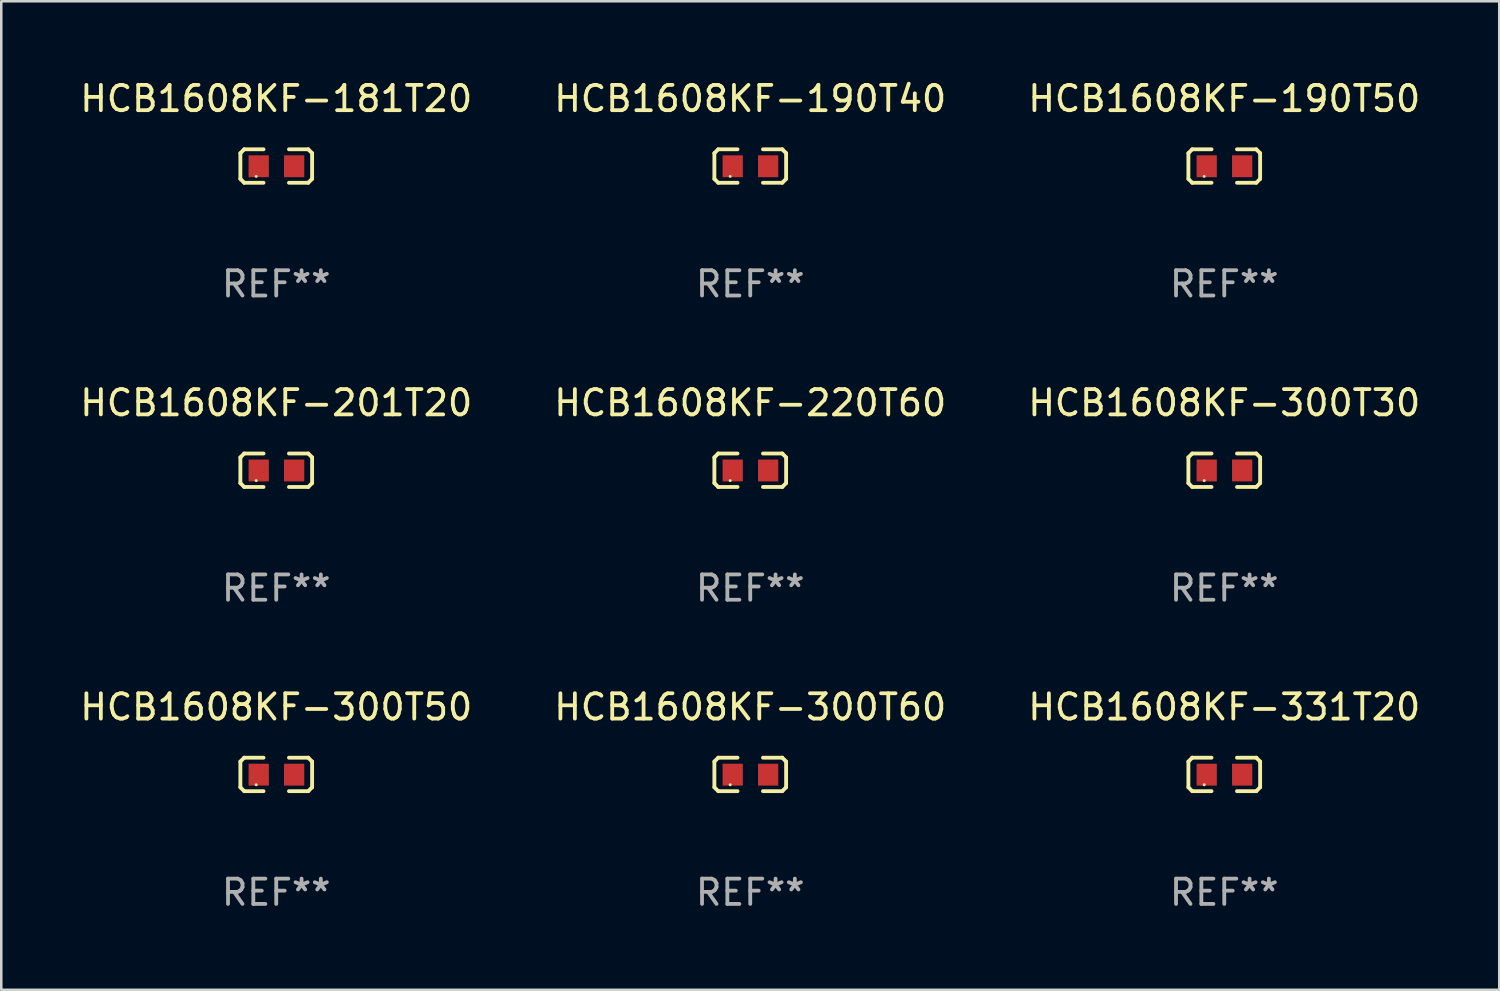
<source format=kicad_pcb>
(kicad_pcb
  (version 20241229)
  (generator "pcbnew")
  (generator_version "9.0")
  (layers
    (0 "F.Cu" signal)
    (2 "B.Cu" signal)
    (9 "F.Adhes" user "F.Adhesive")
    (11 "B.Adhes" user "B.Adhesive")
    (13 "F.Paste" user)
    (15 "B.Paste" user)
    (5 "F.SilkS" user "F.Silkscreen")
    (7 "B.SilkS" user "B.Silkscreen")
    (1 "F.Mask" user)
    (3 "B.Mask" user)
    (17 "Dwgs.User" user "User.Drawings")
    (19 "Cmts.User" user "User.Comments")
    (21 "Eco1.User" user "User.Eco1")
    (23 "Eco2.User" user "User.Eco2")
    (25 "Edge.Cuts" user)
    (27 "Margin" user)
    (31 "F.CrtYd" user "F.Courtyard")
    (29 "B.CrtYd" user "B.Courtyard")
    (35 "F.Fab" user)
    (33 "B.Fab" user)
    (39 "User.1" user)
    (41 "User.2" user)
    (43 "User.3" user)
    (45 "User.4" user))
  (footprint "HCB1608KF-300T30"
    (layer "F.Cu")
    (at 45.315 15.527)
    (property "Reference" "HCB1608KF-300T30" (at 0 -2.661 0) (layer "F.SilkS") (effects (font (size 1 1) (thickness 0.15))))
    (attr through_hole)
    (fp_line (start -1.417 -0.508) (end -1.265 -0.661) (stroke (width 0.152) (type solid)) (layer "F.SilkS"))
    (fp_line (start -1.417 0.508) (end -1.417 -0.508) (stroke (width 0.152) (type solid)) (layer "F.SilkS"))
    (fp_line (start -1.265 -0.661) (end -0.503 -0.661) (stroke (width 0.152) (type solid)) (layer "F.SilkS"))
    (fp_line (start -1.265 0.661) (end -1.417 0.508) (stroke (width 0.152) (type solid)) (layer "F.SilkS"))
    (fp_line (start -1.265 0.661) (end -0.503 0.661) (stroke (width 0.152) (type solid)) (layer "F.SilkS"))
    (fp_line (start 1.265 -0.661) (end 0.503 -0.661) (stroke (width 0.152) (type solid)) (layer "F.SilkS"))
    (fp_line (start 1.265 -0.661) (end 1.417 -0.508) (stroke (width 0.152) (type solid)) (layer "F.SilkS"))
    (fp_line (start 1.265 0.661) (end 0.503 0.661) (stroke (width 0.152) (type solid)) (layer "F.SilkS"))
    (fp_line (start 1.417 -0.508) (end 1.417 0.508) (stroke (width 0.152) (type solid)) (layer "F.SilkS"))
    (fp_line (start 1.417 0.508) (end 1.265 0.661) (stroke (width 0.152) (type solid)) (layer "F.SilkS"))
    (fp_circle (center -0.793 0.409) (end -0.763 0.409) (stroke (width 0.06) (type solid)) (fill no) (layer "F.SilkS"))
    (fp_text user "REF**" (at 0 4.661 0) (layer "F.Fab") (effects (font (size 1 1) (thickness 0.15))))
    (pad "1" smd rect (at -0.693 0.009 180) (size 0.8 0.864) (layers "F.Cu" "F.Mask" "F.Paste"))
    (pad "2" smd rect (at 0.707 0.009 180) (size 0.8 0.864) (layers "F.Cu" "F.Mask" "F.Paste")))
  (footprint "HCB1608KF-181T20"
    (layer "F.Cu")
    (at 7.863 3.509)
    (property "Reference" "HCB1608KF-181T20" (at 0 -2.661 0) (layer "F.SilkS") (effects (font (size 1 1) (thickness 0.15))))
    (attr through_hole)
    (fp_line (start -1.417 -0.508) (end -1.265 -0.661) (stroke (width 0.152) (type solid)) (layer "F.SilkS"))
    (fp_line (start -1.417 0.508) (end -1.417 -0.508) (stroke (width 0.152) (type solid)) (layer "F.SilkS"))
    (fp_line (start -1.265 -0.661) (end -0.503 -0.661) (stroke (width 0.152) (type solid)) (layer "F.SilkS"))
    (fp_line (start -1.265 0.661) (end -1.417 0.508) (stroke (width 0.152) (type solid)) (layer "F.SilkS"))
    (fp_line (start -1.265 0.661) (end -0.503 0.661) (stroke (width 0.152) (type solid)) (layer "F.SilkS"))
    (fp_line (start 1.265 -0.661) (end 0.503 -0.661) (stroke (width 0.152) (type solid)) (layer "F.SilkS"))
    (fp_line (start 1.265 -0.661) (end 1.417 -0.508) (stroke (width 0.152) (type solid)) (layer "F.SilkS"))
    (fp_line (start 1.265 0.661) (end 0.503 0.661) (stroke (width 0.152) (type solid)) (layer "F.SilkS"))
    (fp_line (start 1.417 -0.508) (end 1.417 0.508) (stroke (width 0.152) (type solid)) (layer "F.SilkS"))
    (fp_line (start 1.417 0.508) (end 1.265 0.661) (stroke (width 0.152) (type solid)) (layer "F.SilkS"))
    (fp_circle (center -0.793 0.409) (end -0.763 0.409) (stroke (width 0.06) (type solid)) (fill no) (layer "F.SilkS"))
    (fp_text user "REF**" (at 0 4.661 0) (layer "F.Fab") (effects (font (size 1 1) (thickness 0.15))))
    (pad "1" smd rect (at -0.693 0.009 180) (size 0.8 0.864) (layers "F.Cu" "F.Mask" "F.Paste"))
    (pad "2" smd rect (at 0.707 0.009 180) (size 0.8 0.864) (layers "F.Cu" "F.Mask" "F.Paste")))
  (footprint "HCB1608KF-300T50"
    (layer "F.Cu")
    (at 7.863 27.544)
    (property "Reference" "HCB1608KF-300T50" (at 0 -2.661 0) (layer "F.SilkS") (effects (font (size 1 1) (thickness 0.15))))
    (attr through_hole)
    (fp_line (start -1.417 -0.508) (end -1.265 -0.661) (stroke (width 0.152) (type solid)) (layer "F.SilkS"))
    (fp_line (start -1.417 0.508) (end -1.417 -0.508) (stroke (width 0.152) (type solid)) (layer "F.SilkS"))
    (fp_line (start -1.265 -0.661) (end -0.503 -0.661) (stroke (width 0.152) (type solid)) (layer "F.SilkS"))
    (fp_line (start -1.265 0.661) (end -1.417 0.508) (stroke (width 0.152) (type solid)) (layer "F.SilkS"))
    (fp_line (start -1.265 0.661) (end -0.503 0.661) (stroke (width 0.152) (type solid)) (layer "F.SilkS"))
    (fp_line (start 1.265 -0.661) (end 0.503 -0.661) (stroke (width 0.152) (type solid)) (layer "F.SilkS"))
    (fp_line (start 1.265 -0.661) (end 1.417 -0.508) (stroke (width 0.152) (type solid)) (layer "F.SilkS"))
    (fp_line (start 1.265 0.661) (end 0.503 0.661) (stroke (width 0.152) (type solid)) (layer "F.SilkS"))
    (fp_line (start 1.417 -0.508) (end 1.417 0.508) (stroke (width 0.152) (type solid)) (layer "F.SilkS"))
    (fp_line (start 1.417 0.508) (end 1.265 0.661) (stroke (width 0.152) (type solid)) (layer "F.SilkS"))
    (fp_circle (center -0.793 0.409) (end -0.763 0.409) (stroke (width 0.06) (type solid)) (fill no) (layer "F.SilkS"))
    (fp_text user "REF**" (at 0 4.661 0) (layer "F.Fab") (effects (font (size 1 1) (thickness 0.15))))
    (pad "1" smd rect (at -0.693 0.009 180) (size 0.8 0.864) (layers "F.Cu" "F.Mask" "F.Paste"))
    (pad "2" smd rect (at 0.707 0.009 180) (size 0.8 0.864) (layers "F.Cu" "F.Mask" "F.Paste")))
  (footprint "HCB1608KF-300T60"
    (layer "F.Cu")
    (at 26.589 27.544)
    (property "Reference" "HCB1608KF-300T60" (at 0 -2.661 0) (layer "F.SilkS") (effects (font (size 1 1) (thickness 0.15))))
    (attr through_hole)
    (fp_line (start -1.417 -0.508) (end -1.265 -0.661) (stroke (width 0.152) (type solid)) (layer "F.SilkS"))
    (fp_line (start -1.417 0.508) (end -1.417 -0.508) (stroke (width 0.152) (type solid)) (layer "F.SilkS"))
    (fp_line (start -1.265 -0.661) (end -0.503 -0.661) (stroke (width 0.152) (type solid)) (layer "F.SilkS"))
    (fp_line (start -1.265 0.661) (end -1.417 0.508) (stroke (width 0.152) (type solid)) (layer "F.SilkS"))
    (fp_line (start -1.265 0.661) (end -0.503 0.661) (stroke (width 0.152) (type solid)) (layer "F.SilkS"))
    (fp_line (start 1.265 -0.661) (end 0.503 -0.661) (stroke (width 0.152) (type solid)) (layer "F.SilkS"))
    (fp_line (start 1.265 -0.661) (end 1.417 -0.508) (stroke (width 0.152) (type solid)) (layer "F.SilkS"))
    (fp_line (start 1.265 0.661) (end 0.503 0.661) (stroke (width 0.152) (type solid)) (layer "F.SilkS"))
    (fp_line (start 1.417 -0.508) (end 1.417 0.508) (stroke (width 0.152) (type solid)) (layer "F.SilkS"))
    (fp_line (start 1.417 0.508) (end 1.265 0.661) (stroke (width 0.152) (type solid)) (layer "F.SilkS"))
    (fp_circle (center -0.793 0.409) (end -0.763 0.409) (stroke (width 0.06) (type solid)) (fill no) (layer "F.SilkS"))
    (fp_text user "REF**" (at 0 4.661 0) (layer "F.Fab") (effects (font (size 1 1) (thickness 0.15))))
    (pad "1" smd rect (at -0.693 0.009 180) (size 0.8 0.864) (layers "F.Cu" "F.Mask" "F.Paste"))
    (pad "2" smd rect (at 0.707 0.009 180) (size 0.8 0.864) (layers "F.Cu" "F.Mask" "F.Paste")))
  (footprint "HCB1608KF-220T60"
    (layer "F.Cu")
    (at 26.589 15.527)
    (property "Reference" "HCB1608KF-220T60" (at 0 -2.661 0) (layer "F.SilkS") (effects (font (size 1 1) (thickness 0.15))))
    (attr through_hole)
    (fp_line (start -1.417 -0.508) (end -1.265 -0.661) (stroke (width 0.152) (type solid)) (layer "F.SilkS"))
    (fp_line (start -1.417 0.508) (end -1.417 -0.508) (stroke (width 0.152) (type solid)) (layer "F.SilkS"))
    (fp_line (start -1.265 -0.661) (end -0.503 -0.661) (stroke (width 0.152) (type solid)) (layer "F.SilkS"))
    (fp_line (start -1.265 0.661) (end -1.417 0.508) (stroke (width 0.152) (type solid)) (layer "F.SilkS"))
    (fp_line (start -1.265 0.661) (end -0.503 0.661) (stroke (width 0.152) (type solid)) (layer "F.SilkS"))
    (fp_line (start 1.265 -0.661) (end 0.503 -0.661) (stroke (width 0.152) (type solid)) (layer "F.SilkS"))
    (fp_line (start 1.265 -0.661) (end 1.417 -0.508) (stroke (width 0.152) (type solid)) (layer "F.SilkS"))
    (fp_line (start 1.265 0.661) (end 0.503 0.661) (stroke (width 0.152) (type solid)) (layer "F.SilkS"))
    (fp_line (start 1.417 -0.508) (end 1.417 0.508) (stroke (width 0.152) (type solid)) (layer "F.SilkS"))
    (fp_line (start 1.417 0.508) (end 1.265 0.661) (stroke (width 0.152) (type solid)) (layer "F.SilkS"))
    (fp_circle (center -0.793 0.409) (end -0.763 0.409) (stroke (width 0.06) (type solid)) (fill no) (layer "F.SilkS"))
    (fp_text user "REF**" (at 0 4.661 0) (layer "F.Fab") (effects (font (size 1 1) (thickness 0.15))))
    (pad "1" smd rect (at -0.693 0.009 180) (size 0.8 0.864) (layers "F.Cu" "F.Mask" "F.Paste"))
    (pad "2" smd rect (at 0.707 0.009 180) (size 0.8 0.864) (layers "F.Cu" "F.Mask" "F.Paste")))
  (footprint "HCB1608KF-190T50"
    (layer "F.Cu")
    (at 45.315 3.509)
    (property "Reference" "HCB1608KF-190T50" (at 0 -2.661 0) (layer "F.SilkS") (effects (font (size 1 1) (thickness 0.15))))
    (attr through_hole)
    (fp_line (start -1.417 -0.508) (end -1.265 -0.661) (stroke (width 0.152) (type solid)) (layer "F.SilkS"))
    (fp_line (start -1.417 0.508) (end -1.417 -0.508) (stroke (width 0.152) (type solid)) (layer "F.SilkS"))
    (fp_line (start -1.265 -0.661) (end -0.503 -0.661) (stroke (width 0.152) (type solid)) (layer "F.SilkS"))
    (fp_line (start -1.265 0.661) (end -1.417 0.508) (stroke (width 0.152) (type solid)) (layer "F.SilkS"))
    (fp_line (start -1.265 0.661) (end -0.503 0.661) (stroke (width 0.152) (type solid)) (layer "F.SilkS"))
    (fp_line (start 1.265 -0.661) (end 0.503 -0.661) (stroke (width 0.152) (type solid)) (layer "F.SilkS"))
    (fp_line (start 1.265 -0.661) (end 1.417 -0.508) (stroke (width 0.152) (type solid)) (layer "F.SilkS"))
    (fp_line (start 1.265 0.661) (end 0.503 0.661) (stroke (width 0.152) (type solid)) (layer "F.SilkS"))
    (fp_line (start 1.417 -0.508) (end 1.417 0.508) (stroke (width 0.152) (type solid)) (layer "F.SilkS"))
    (fp_line (start 1.417 0.508) (end 1.265 0.661) (stroke (width 0.152) (type solid)) (layer "F.SilkS"))
    (fp_circle (center -0.793 0.409) (end -0.763 0.409) (stroke (width 0.06) (type solid)) (fill no) (layer "F.SilkS"))
    (fp_text user "REF**" (at 0 4.661 0) (layer "F.Fab") (effects (font (size 1 1) (thickness 0.15))))
    (pad "1" smd rect (at -0.693 0.009 180) (size 0.8 0.864) (layers "F.Cu" "F.Mask" "F.Paste"))
    (pad "2" smd rect (at 0.707 0.009 180) (size 0.8 0.864) (layers "F.Cu" "F.Mask" "F.Paste")))
  (footprint "HCB1608KF-201T20"
    (layer "F.Cu")
    (at 7.863 15.527)
    (property "Reference" "HCB1608KF-201T20" (at 0 -2.661 0) (layer "F.SilkS") (effects (font (size 1 1) (thickness 0.15))))
    (attr through_hole)
    (fp_line (start -1.417 -0.508) (end -1.265 -0.661) (stroke (width 0.152) (type solid)) (layer "F.SilkS"))
    (fp_line (start -1.417 0.508) (end -1.417 -0.508) (stroke (width 0.152) (type solid)) (layer "F.SilkS"))
    (fp_line (start -1.265 -0.661) (end -0.503 -0.661) (stroke (width 0.152) (type solid)) (layer "F.SilkS"))
    (fp_line (start -1.265 0.661) (end -1.417 0.508) (stroke (width 0.152) (type solid)) (layer "F.SilkS"))
    (fp_line (start -1.265 0.661) (end -0.503 0.661) (stroke (width 0.152) (type solid)) (layer "F.SilkS"))
    (fp_line (start 1.265 -0.661) (end 0.503 -0.661) (stroke (width 0.152) (type solid)) (layer "F.SilkS"))
    (fp_line (start 1.265 -0.661) (end 1.417 -0.508) (stroke (width 0.152) (type solid)) (layer "F.SilkS"))
    (fp_line (start 1.265 0.661) (end 0.503 0.661) (stroke (width 0.152) (type solid)) (layer "F.SilkS"))
    (fp_line (start 1.417 -0.508) (end 1.417 0.508) (stroke (width 0.152) (type solid)) (layer "F.SilkS"))
    (fp_line (start 1.417 0.508) (end 1.265 0.661) (stroke (width 0.152) (type solid)) (layer "F.SilkS"))
    (fp_circle (center -0.793 0.409) (end -0.763 0.409) (stroke (width 0.06) (type solid)) (fill no) (layer "F.SilkS"))
    (fp_text user "REF**" (at 0 4.661 0) (layer "F.Fab") (effects (font (size 1 1) (thickness 0.15))))
    (pad "1" smd rect (at -0.693 0.009 180) (size 0.8 0.864) (layers "F.Cu" "F.Mask" "F.Paste"))
    (pad "2" smd rect (at 0.707 0.009 180) (size 0.8 0.864) (layers "F.Cu" "F.Mask" "F.Paste")))
  (footprint "HCB1608KF-331T20"
    (layer "F.Cu")
    (at 45.315 27.544)
    (property "Reference" "HCB1608KF-331T20" (at 0 -2.661 0) (layer "F.SilkS") (effects (font (size 1 1) (thickness 0.15))))
    (attr through_hole)
    (fp_line (start -1.417 -0.508) (end -1.265 -0.661) (stroke (width 0.152) (type solid)) (layer "F.SilkS"))
    (fp_line (start -1.417 0.508) (end -1.417 -0.508) (stroke (width 0.152) (type solid)) (layer "F.SilkS"))
    (fp_line (start -1.265 -0.661) (end -0.503 -0.661) (stroke (width 0.152) (type solid)) (layer "F.SilkS"))
    (fp_line (start -1.265 0.661) (end -1.417 0.508) (stroke (width 0.152) (type solid)) (layer "F.SilkS"))
    (fp_line (start -1.265 0.661) (end -0.503 0.661) (stroke (width 0.152) (type solid)) (layer "F.SilkS"))
    (fp_line (start 1.265 -0.661) (end 0.503 -0.661) (stroke (width 0.152) (type solid)) (layer "F.SilkS"))
    (fp_line (start 1.265 -0.661) (end 1.417 -0.508) (stroke (width 0.152) (type solid)) (layer "F.SilkS"))
    (fp_line (start 1.265 0.661) (end 0.503 0.661) (stroke (width 0.152) (type solid)) (layer "F.SilkS"))
    (fp_line (start 1.417 -0.508) (end 1.417 0.508) (stroke (width 0.152) (type solid)) (layer "F.SilkS"))
    (fp_line (start 1.417 0.508) (end 1.265 0.661) (stroke (width 0.152) (type solid)) (layer "F.SilkS"))
    (fp_circle (center -0.793 0.409) (end -0.763 0.409) (stroke (width 0.06) (type solid)) (fill no) (layer "F.SilkS"))
    (fp_text user "REF**" (at 0 4.661 0) (layer "F.Fab") (effects (font (size 1 1) (thickness 0.15))))
    (pad "1" smd rect (at -0.693 0.009 180) (size 0.8 0.864) (layers "F.Cu" "F.Mask" "F.Paste"))
    (pad "2" smd rect (at 0.707 0.009 180) (size 0.8 0.864) (layers "F.Cu" "F.Mask" "F.Paste")))
  (footprint "HCB1608KF-190T40"
    (layer "F.Cu")
    (at 26.589 3.509)
    (property "Reference" "HCB1608KF-190T40" (at 0 -2.661 0) (layer "F.SilkS") (effects (font (size 1 1) (thickness 0.15))))
    (attr through_hole)
    (fp_line (start -1.417 -0.508) (end -1.265 -0.661) (stroke (width 0.152) (type solid)) (layer "F.SilkS"))
    (fp_line (start -1.417 0.508) (end -1.417 -0.508) (stroke (width 0.152) (type solid)) (layer "F.SilkS"))
    (fp_line (start -1.265 -0.661) (end -0.503 -0.661) (stroke (width 0.152) (type solid)) (layer "F.SilkS"))
    (fp_line (start -1.265 0.661) (end -1.417 0.508) (stroke (width 0.152) (type solid)) (layer "F.SilkS"))
    (fp_line (start -1.265 0.661) (end -0.503 0.661) (stroke (width 0.152) (type solid)) (layer "F.SilkS"))
    (fp_line (start 1.265 -0.661) (end 0.503 -0.661) (stroke (width 0.152) (type solid)) (layer "F.SilkS"))
    (fp_line (start 1.265 -0.661) (end 1.417 -0.508) (stroke (width 0.152) (type solid)) (layer "F.SilkS"))
    (fp_line (start 1.265 0.661) (end 0.503 0.661) (stroke (width 0.152) (type solid)) (layer "F.SilkS"))
    (fp_line (start 1.417 -0.508) (end 1.417 0.508) (stroke (width 0.152) (type solid)) (layer "F.SilkS"))
    (fp_line (start 1.417 0.508) (end 1.265 0.661) (stroke (width 0.152) (type solid)) (layer "F.SilkS"))
    (fp_circle (center -0.793 0.409) (end -0.763 0.409) (stroke (width 0.06) (type solid)) (fill no) (layer "F.SilkS"))
    (fp_text user "REF**" (at 0 4.661 0) (layer "F.Fab") (effects (font (size 1 1) (thickness 0.15))))
    (pad "1" smd rect (at -0.693 0.009 180) (size 0.8 0.864) (layers "F.Cu" "F.Mask" "F.Paste"))
    (pad "2" smd rect (at 0.707 0.009 180) (size 0.8 0.864) (layers "F.Cu" "F.Mask" "F.Paste")))
  (gr_rect
    (start -3 -3)
    (end 56.179 36.053)
    (stroke (width 0.1) (type default))
    (fill no)
    (layer "Edge.Cuts")))
</source>
